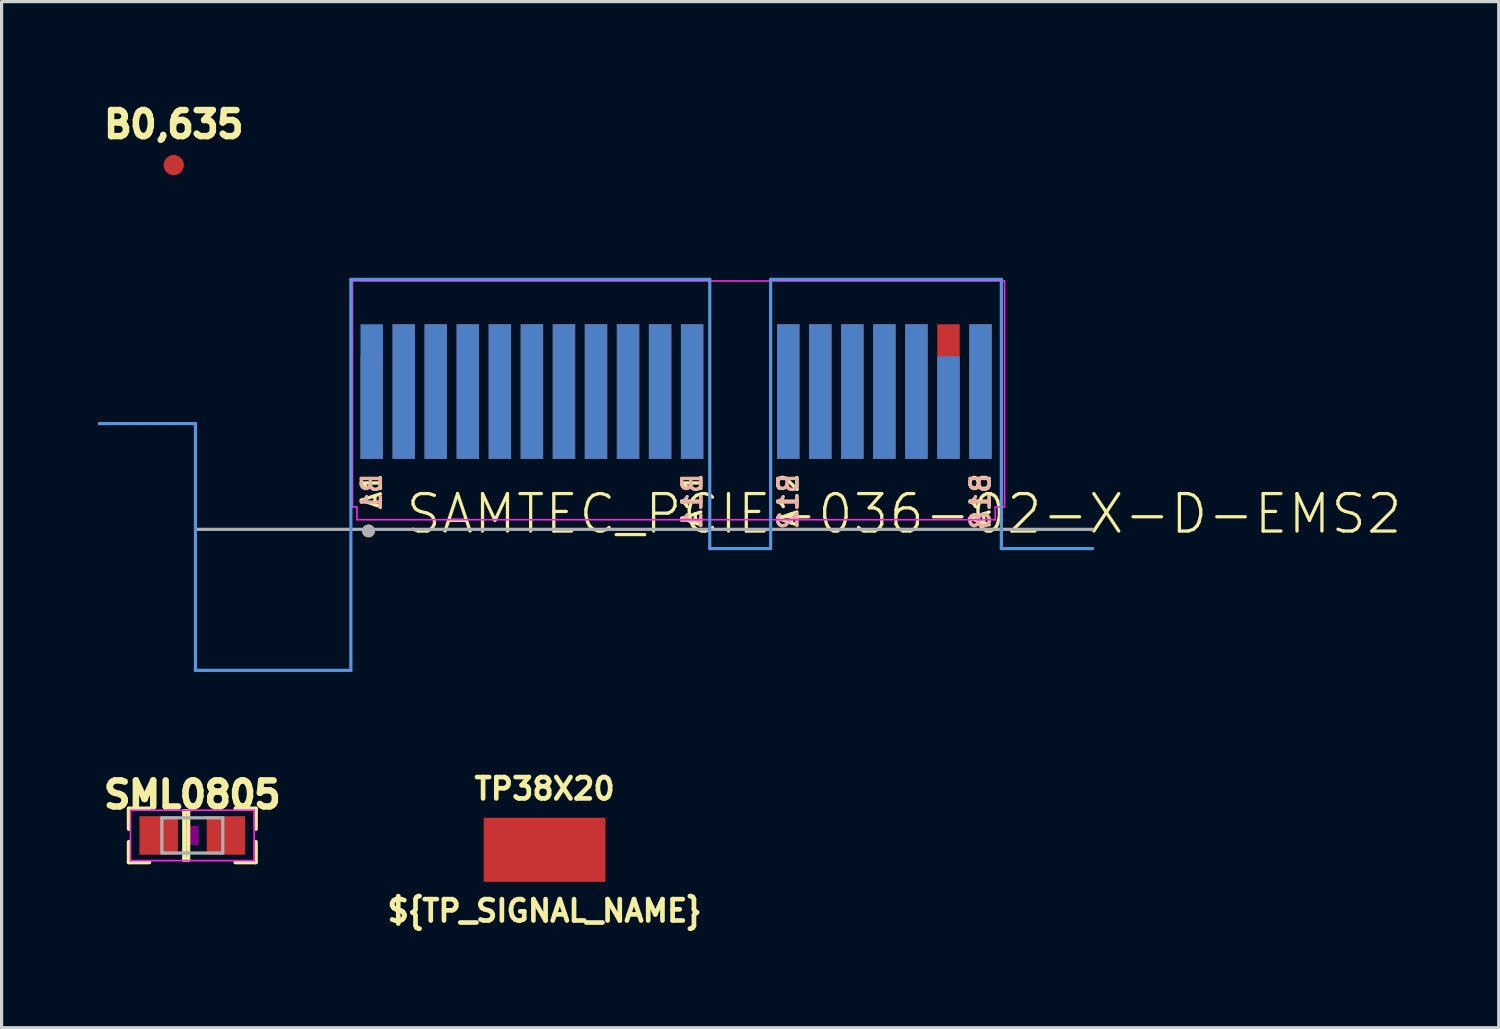
<source format=kicad_pcb>
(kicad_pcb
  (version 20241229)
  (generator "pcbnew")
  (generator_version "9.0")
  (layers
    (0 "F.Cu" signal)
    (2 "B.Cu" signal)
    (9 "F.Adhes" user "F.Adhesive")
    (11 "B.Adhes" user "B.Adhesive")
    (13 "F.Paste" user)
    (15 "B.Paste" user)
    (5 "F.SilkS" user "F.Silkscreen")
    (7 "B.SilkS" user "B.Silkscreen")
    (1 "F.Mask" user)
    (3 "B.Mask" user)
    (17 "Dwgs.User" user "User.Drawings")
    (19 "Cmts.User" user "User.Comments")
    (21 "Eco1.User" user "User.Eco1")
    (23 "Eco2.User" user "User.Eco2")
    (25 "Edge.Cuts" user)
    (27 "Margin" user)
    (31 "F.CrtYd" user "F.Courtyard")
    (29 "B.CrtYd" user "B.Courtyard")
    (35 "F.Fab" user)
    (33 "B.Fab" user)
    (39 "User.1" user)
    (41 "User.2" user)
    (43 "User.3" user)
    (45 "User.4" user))
  (footprint "SML0805"
    (layer "F.Cu")
    (at 2.952 23.022)
    (property "Reference" "SML0805" (at 0 -1.27 0) (layer "F.SilkS") (effects (font (size 0.813 0.813) (thickness 0.203))))
    (fp_line (start -1.981 -0.838) (end -1.981 -0.203) (stroke (width 0.127) (type solid)) (layer "F.SilkS"))
    (fp_line (start -1.981 -0.838) (end -1.346 -0.838) (stroke (width 0.127) (type solid)) (layer "F.SilkS"))
    (fp_line (start -1.981 0.838) (end -1.981 0.203) (stroke (width 0.127) (type solid)) (layer "F.SilkS"))
    (fp_line (start -1.981 0.838) (end -1.346 0.838) (stroke (width 0.127) (type solid)) (layer "F.SilkS"))
    (fp_line (start -0.254 -0.762) (end -0.254 0.762) (stroke (width 0.127) (type solid)) (layer "F.SilkS"))
    (fp_line (start -0.254 0.762) (end -0.127 0.762) (stroke (width 0.127) (type solid)) (layer "F.SilkS"))
    (fp_line (start -0.127 -0.762) (end -0.254 -0.762) (stroke (width 0.127) (type solid)) (layer "F.SilkS"))
    (fp_line (start -0.127 -0.762) (end -0.127 0.762) (stroke (width 0.127) (type solid)) (layer "F.SilkS"))
    (fp_line (start 1.981 -0.838) (end 1.346 -0.838) (stroke (width 0.127) (type solid)) (layer "F.SilkS"))
    (fp_line (start 1.981 -0.838) (end 1.981 -0.203) (stroke (width 0.127) (type solid)) (layer "F.SilkS"))
    (fp_line (start 1.981 0.838) (end 1.346 0.838) (stroke (width 0.127) (type solid)) (layer "F.SilkS"))
    (fp_line (start 1.981 0.838) (end 1.981 0.203) (stroke (width 0.127) (type solid)) (layer "F.SilkS"))
    (fp_poly (pts (xy -0.2 0.3) (xy 0.2 0.3) (xy 0.2 -0.3) (xy -0.2 -0.3)) (stroke (width 0) (type default)) (fill yes) (layer "F.Adhes"))
    (fp_line (start -1.93 -0.787) (end 1.93 -0.787) (stroke (width 0.051) (type solid)) (layer "F.CrtYd"))
    (fp_line (start -1.93 0.787) (end -1.93 -0.787) (stroke (width 0.051) (type solid)) (layer "F.CrtYd"))
    (fp_line (start 1.93 -0.787) (end 1.93 0.787) (stroke (width 0.051) (type solid)) (layer "F.CrtYd"))
    (fp_line (start 1.93 0.787) (end -1.93 0.787) (stroke (width 0.051) (type solid)) (layer "F.CrtYd"))
    (fp_line (start -0.95 -0.55) (end -0.95 0.55) (stroke (width 0.102) (type solid)) (layer "F.Fab"))
    (fp_line (start -0.95 0.55) (end 0.95 0.55) (stroke (width 0.102) (type solid)) (layer "F.Fab"))
    (fp_line (start 0.95 -0.55) (end -0.95 -0.55) (stroke (width 0.102) (type solid)) (layer "F.Fab"))
    (fp_line (start 0.95 0.55) (end 0.95 -0.55) (stroke (width 0.102) (type solid)) (layer "F.Fab"))
    (pad "A" smd rect (at 1.05 0) (size 1.2 1.2) (layers "F.Cu" "F.Mask" "F.Paste"))
    (pad "C" smd rect (at -1.05 0) (size 1.2 1.2) (layers "F.Cu" "F.Mask" "F.Paste")))
  (footprint "B0,635"
    (layer "F.Cu")
    (at 2.372 2.102)
    (property "Reference" "B0,635" (at 0 -1.27 0) (layer "F.SilkS") (effects (font (size 0.813 0.813) (thickness 0.203))))
    (pad "TP" smd roundrect (at 0 0) (size 0.635 0.635) (layers "F.Cu" "F.Mask") (roundrect_rratio 0.5)))
  (footprint "SAMTEC_PCIE-036-02-X-D-EMS2"
    (layer "F.Cu")
    (at 20.05 5.67)
    (property "Reference" "SAMTEC_PCIE-036-02-X-D-EMS2" (at -10.5 8 0) (layer "F.SilkS") (effects (font (size 1.168 1.168) (thickness 0.102)) (justify left bottom)))
    (fp_poly (pts (xy 8.288 5.788) (xy -12.288 5.788) (xy -12.288 -0.038) (xy 8.288 -0.038)) (stroke (width 0) (type default)) (fill yes) (layer "F.Mask"))
    (fp_poly (pts (xy 8.288 5.788) (xy -12.288 5.788) (xy -12.288 -0.038) (xy 8.288 -0.038)) (stroke (width 0) (type default)) (fill yes) (layer "B.Mask"))
    (fp_circle (center -11.6 7.85) (end -11.5 7.85) (stroke (width 0.2) (type solid)) (fill no) (layer "F.SilkS"))
    (fp_line (start -17 4.5) (end -20 4.5) (stroke (width 0.1) (type solid)) (layer "Cmts.User"))
    (fp_line (start -17 12.2) (end -17 4.5) (stroke (width 0.1) (type solid)) (layer "Cmts.User"))
    (fp_line (start -12.15 0) (end -12.15 12.2) (stroke (width 0.1) (type solid)) (layer "Cmts.User"))
    (fp_line (start -12.15 12.2) (end -17 12.2) (stroke (width 0.1) (type solid)) (layer "Cmts.User"))
    (fp_line (start -0.95 0) (end -12.15 0) (stroke (width 0.1) (type solid)) (layer "Cmts.User"))
    (fp_line (start -0.95 0) (end -0.95 8.4) (stroke (width 0.1) (type solid)) (layer "Cmts.User"))
    (fp_line (start -0.95 8.4) (end 0.95 8.4) (stroke (width 0.1) (type solid)) (layer "Cmts.User"))
    (fp_line (start 0.95 0) (end 8.15 0) (stroke (width 0.1) (type solid)) (layer "Cmts.User"))
    (fp_line (start 0.95 8.4) (end 0.95 0) (stroke (width 0.1) (type solid)) (layer "Cmts.User"))
    (fp_line (start 8.15 0) (end 8.15 8.4) (stroke (width 0.1) (type solid)) (layer "Cmts.User"))
    (fp_line (start 8.15 8.4) (end 11 8.4) (stroke (width 0.1) (type solid)) (layer "Cmts.User"))
    (fp_line (start -12.1 0.05) (end 8.25 0.05) (stroke (width 0.05) (type solid)) (layer "F.CrtYd"))
    (fp_line (start -12.1 7.1) (end -12.1 0.05) (stroke (width 0.05) (type solid)) (layer "F.CrtYd"))
    (fp_line (start -11.96 7.1) (end -12.1 7.1) (stroke (width 0.05) (type solid)) (layer "F.CrtYd"))
    (fp_line (start -11.96 7.5) (end -11.96 7.1) (stroke (width 0.05) (type solid)) (layer "F.CrtYd"))
    (fp_line (start 7.96 7.1) (end 7.96 7.5) (stroke (width 0.05) (type solid)) (layer "F.CrtYd"))
    (fp_line (start 7.96 7.5) (end -11.96 7.5) (stroke (width 0.05) (type solid)) (layer "F.CrtYd"))
    (fp_line (start 8.25 0.05) (end 8.25 7.1) (stroke (width 0.05) (type solid)) (layer "F.CrtYd"))
    (fp_line (start 8.25 7.1) (end 7.96 7.1) (stroke (width 0.05) (type solid)) (layer "F.CrtYd"))
    (fp_line (start -17 7.8) (end 11 7.8) (stroke (width 0.1) (type solid)) (layer "F.Fab"))
    (fp_circle (center -11.6 7.85) (end -11.5 7.85) (stroke (width 0.2) (type solid)) (fill no) (layer "F.Fab"))
    (fp_text user "A12" (at 1.5 6 90) (layer "F.SilkS") (effects (font (size 0.595 0.595) (thickness 0.105)) (justify right)))
    (fp_text user "A18" (at 7.5 6 90) (layer "F.SilkS") (effects (font (size 0.595 0.595) (thickness 0.105)) (justify right)))
    (fp_text user "A1" (at -11.5 6 90) (layer "F.SilkS") (effects (font (size 0.595 0.595) (thickness 0.105)) (justify right)))
    (fp_text user "A11" (at -1.5 6 90) (layer "F.SilkS") (effects (font (size 0.595 0.595) (thickness 0.105)) (justify right)))
    (fp_text user "B11" (at -1.5 6 90) (layer "B.SilkS") (effects (font (size 0.595 0.595) (thickness 0.105)) (justify left mirror)))
    (fp_text user "B12" (at 1.5 6 90) (layer "B.SilkS") (effects (font (size 0.595 0.595) (thickness 0.105)) (justify left mirror)))
    (fp_text user "B1" (at -11.5 6 90) (layer "B.SilkS") (effects (font (size 0.595 0.595) (thickness 0.105)) (justify left mirror)))
    (fp_text user "B18" (at 7.5 6 90) (layer "B.SilkS") (effects (font (size 0.595 0.595) (thickness 0.105)) (justify left mirror)))
    (pad "A01" smd rect (at -11.5 4) (size 0.7 3.2) (layers "F.Cu" "F.Mask" "F.Paste"))
    (pad "A02" smd rect (at -10.5 3.5) (size 0.7 4.2) (layers "F.Cu" "F.Mask" "F.Paste"))
    (pad "A03" smd rect (at -9.5 3.5) (size 0.7 4.2) (layers "F.Cu" "F.Mask" "F.Paste"))
    (pad "A04" smd rect (at -8.5 3.5) (size 0.7 4.2) (layers "F.Cu" "F.Mask" "F.Paste"))
    (pad "A05" smd rect (at -7.5 3.5) (size 0.7 4.2) (layers "F.Cu" "F.Mask" "F.Paste"))
    (pad "A06" smd rect (at -6.5 3.5) (size 0.7 4.2) (layers "F.Cu" "F.Mask" "F.Paste"))
    (pad "A07" smd rect (at -5.5 3.5) (size 0.7 4.2) (layers "F.Cu" "F.Mask" "F.Paste"))
    (pad "A08" smd rect (at -4.5 3.5) (size 0.7 4.2) (layers "F.Cu" "F.Mask" "F.Paste"))
    (pad "A09" smd rect (at -3.5 3.5) (size 0.7 4.2) (layers "F.Cu" "F.Mask" "F.Paste"))
    (pad "A10" smd rect (at -2.5 3.5) (size 0.7 4.2) (layers "F.Cu" "F.Mask" "F.Paste"))
    (pad "A11" smd rect (at -1.5 3.5) (size 0.7 4.2) (layers "F.Cu" "F.Mask" "F.Paste"))
    (pad "A12" smd rect (at 1.5 3.5) (size 0.7 4.2) (layers "F.Cu" "F.Mask" "F.Paste"))
    (pad "A13" smd rect (at 2.5 3.5) (size 0.7 4.2) (layers "F.Cu" "F.Mask" "F.Paste"))
    (pad "A14" smd rect (at 3.5 3.5) (size 0.7 4.2) (layers "F.Cu" "F.Mask" "F.Paste"))
    (pad "A15" smd rect (at 4.5 3.5) (size 0.7 4.2) (layers "F.Cu" "F.Mask" "F.Paste"))
    (pad "A16" smd rect (at 5.5 3.5) (size 0.7 4.2) (layers "F.Cu" "F.Mask" "F.Paste"))
    (pad "A17" smd rect (at 6.5 3.5) (size 0.7 4.2) (layers "F.Cu" "F.Mask" "F.Paste"))
    (pad "A18" smd rect (at 7.5 3.5) (size 0.7 4.2) (layers "F.Cu" "F.Mask" "F.Paste"))
    (pad "B01" smd rect (at -11.5 3.5) (size 0.7 4.2) (layers "B.Cu" "B.Mask" "B.Paste"))
    (pad "B02" smd rect (at -10.5 3.5) (size 0.7 4.2) (layers "B.Cu" "B.Mask" "B.Paste"))
    (pad "B03" smd rect (at -9.5 3.5) (size 0.7 4.2) (layers "B.Cu" "B.Mask" "B.Paste"))
    (pad "B04" smd rect (at -8.5 3.5) (size 0.7 4.2) (layers "B.Cu" "B.Mask" "B.Paste"))
    (pad "B05" smd rect (at -7.5 3.5) (size 0.7 4.2) (layers "B.Cu" "B.Mask" "B.Paste"))
    (pad "B06" smd rect (at -6.5 3.5) (size 0.7 4.2) (layers "B.Cu" "B.Mask" "B.Paste"))
    (pad "B07" smd rect (at -5.5 3.5) (size 0.7 4.2) (layers "B.Cu" "B.Mask" "B.Paste"))
    (pad "B08" smd rect (at -4.5 3.5) (size 0.7 4.2) (layers "B.Cu" "B.Mask" "B.Paste"))
    (pad "B09" smd rect (at -3.5 3.5) (size 0.7 4.2) (layers "B.Cu" "B.Mask" "B.Paste"))
    (pad "B10" smd rect (at -2.5 3.5) (size 0.7 4.2) (layers "B.Cu" "B.Mask" "B.Paste"))
    (pad "B11" smd rect (at -1.5 3.5) (size 0.7 4.2) (layers "B.Cu" "B.Mask" "B.Paste"))
    (pad "B12" smd rect (at 1.5 3.5) (size 0.7 4.2) (layers "B.Cu" "B.Mask" "B.Paste"))
    (pad "B13" smd rect (at 2.5 3.5) (size 0.7 4.2) (layers "B.Cu" "B.Mask" "B.Paste"))
    (pad "B14" smd rect (at 3.5 3.5) (size 0.7 4.2) (layers "B.Cu" "B.Mask" "B.Paste"))
    (pad "B15" smd rect (at 4.5 3.5) (size 0.7 4.2) (layers "B.Cu" "B.Mask" "B.Paste"))
    (pad "B16" smd rect (at 5.5 3.5) (size 0.7 4.2) (layers "B.Cu" "B.Mask" "B.Paste"))
    (pad "B17" smd rect (at 6.5 4) (size 0.7 3.2) (layers "B.Cu" "B.Mask" "B.Paste"))
    (pad "B18" smd rect (at 7.5 3.5) (size 0.7 4.2) (layers "B.Cu" "B.Mask" "B.Paste"))
    (zone (net_name "") (layer "F.Cu") (hatch edge 0.5) (connect_pads) (min_thickness 0.25) (filled_areas_thickness no) (keepout (tracks not_allowed) (vias not_allowed) (pads not_allowed) (copperpour not_allowed) (footprints allowed)) (placement (enabled no)) (fill) (polygon (pts (xy 28.3 8.67) (xy 7.8 8.67) (xy 7.8 5.67) (xy 28.3 5.67))))
    (zone (net_name "") (layer "B.Cu") (hatch edge 0.5) (connect_pads) (min_thickness 0.25) (filled_areas_thickness no) (keepout (tracks not_allowed) (vias not_allowed) (pads not_allowed) (copperpour not_allowed) (footprints allowed)) (placement (enabled no)) (fill) (polygon (pts (xy 28.3 8.67) (xy 7.8 8.67) (xy 7.8 5.67) (xy 28.3 5.67)))))
  (footprint "TP38X20"
    (layer "F.Cu")
    (at 13.945 23.471)
    (property "Reference" "TP38X20" (at 0 -1.905 0) (layer "F.SilkS") (effects (font (size 0.666 0.666) (thickness 0.146))))
    (fp_text user "${TP_SIGNAL_NAME}" (at 0 1.905 0) (layer "F.SilkS") (effects (font (size 0.666 0.666) (thickness 0.146))))
    (pad "TP" smd rect (at 0 0) (size 3.8 2) (layers "F.Cu" "F.Mask")))
  (gr_rect
    (start -3 -3)
    (end 43.723 29.023)
    (stroke (width 0.1) (type default))
    (fill no)
    (layer "Edge.Cuts")))
</source>
